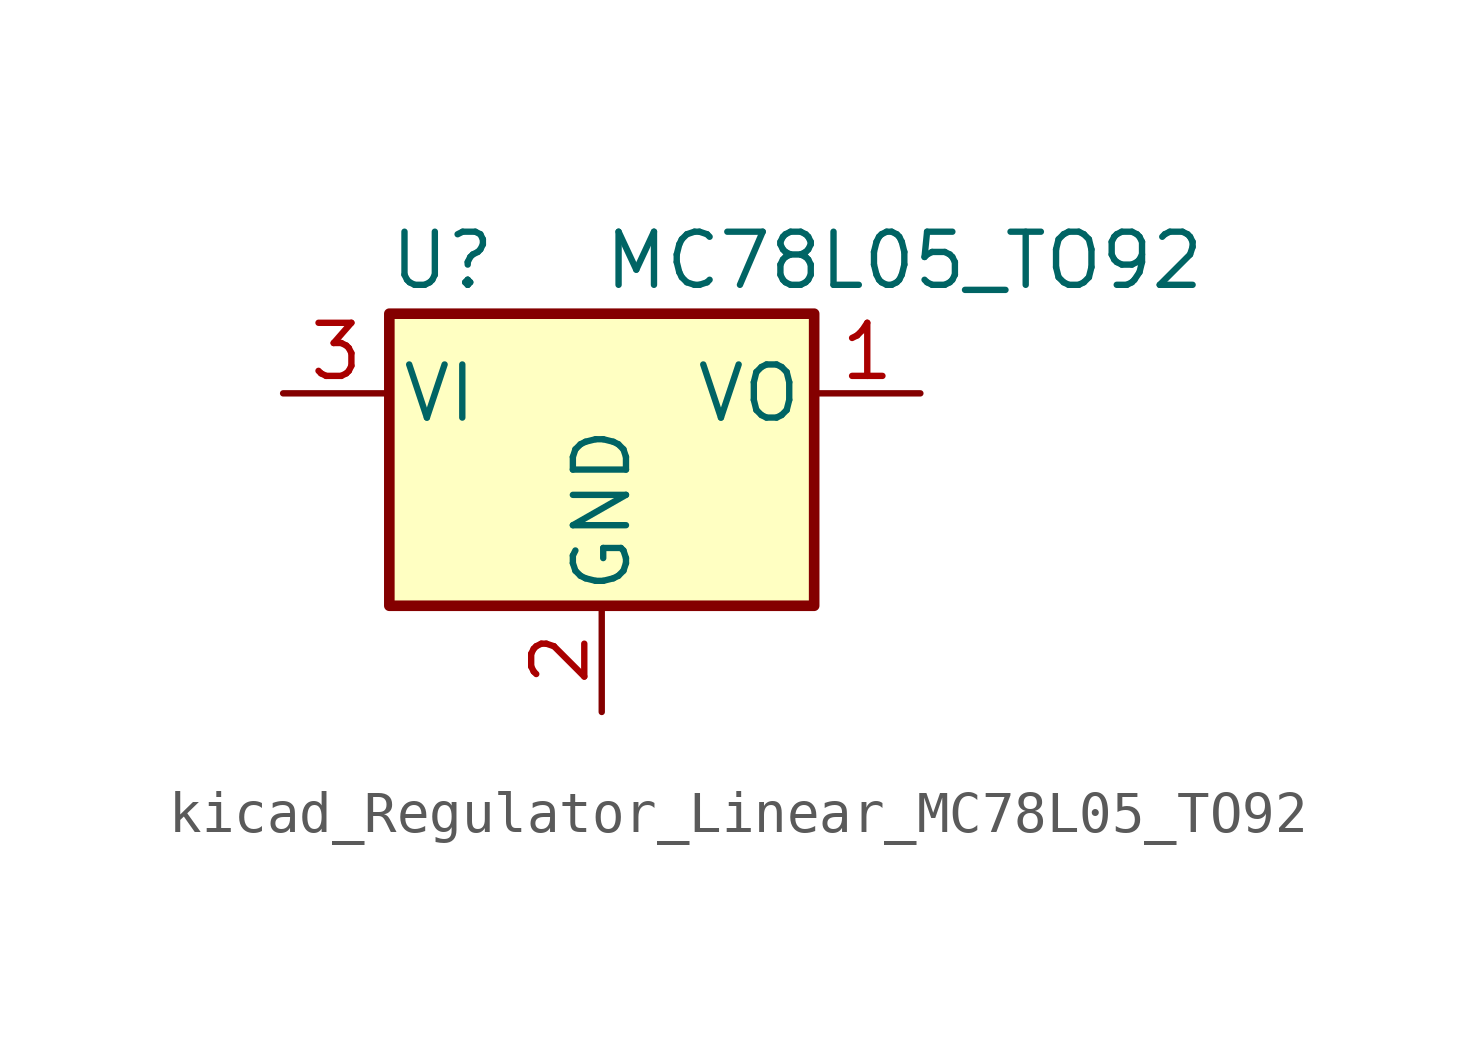
<source format=kicad_sym>
(kicad_symbol_lib
  (version 20220914)
  (generator kicad_symbol_editor)
  (symbol "kicad_Regulator_Linear_MC78L05_TO92"
    (pin_names
      (offset 0.254))
    (property "Reference" "U"
      (at -3.81 3.175 0)
      (effects (font (size 1.27 1.27))))
    (property "Value" "MC78L05_TO92"
      (at 0 3.175 0)
      (effects (font (size 1.27 1.27)) (justify left)))
    (symbol "kicad_Regulator_Linear_MC78L05_TO92_0_1"
      (rectangle (start -5.08 -5.08) (end 5.08 1.905) (stroke (width 0.254) (type default)) (fill (type background))))
    (symbol "kicad_Regulator_Linear_MC78L05_TO92_1_1"
      (pin power_out line (at 7.62 0 180) (length 2.54) (name "VO" (effects (font (size 1.27 1.27)))) (number "1" (effects (font (size 1.27 1.27)))))
      (pin power_in line (at 0 -7.62 90) (length 2.54) (name "GND" (effects (font (size 1.27 1.27)))) (number "2" (effects (font (size 1.27 1.27)))))
      (pin power_in line (at -7.62 0 0) (length 2.54) (name "VI" (effects (font (size 1.27 1.27)))) (number "3" (effects (font (size 1.27 1.27))))))))
</source>
